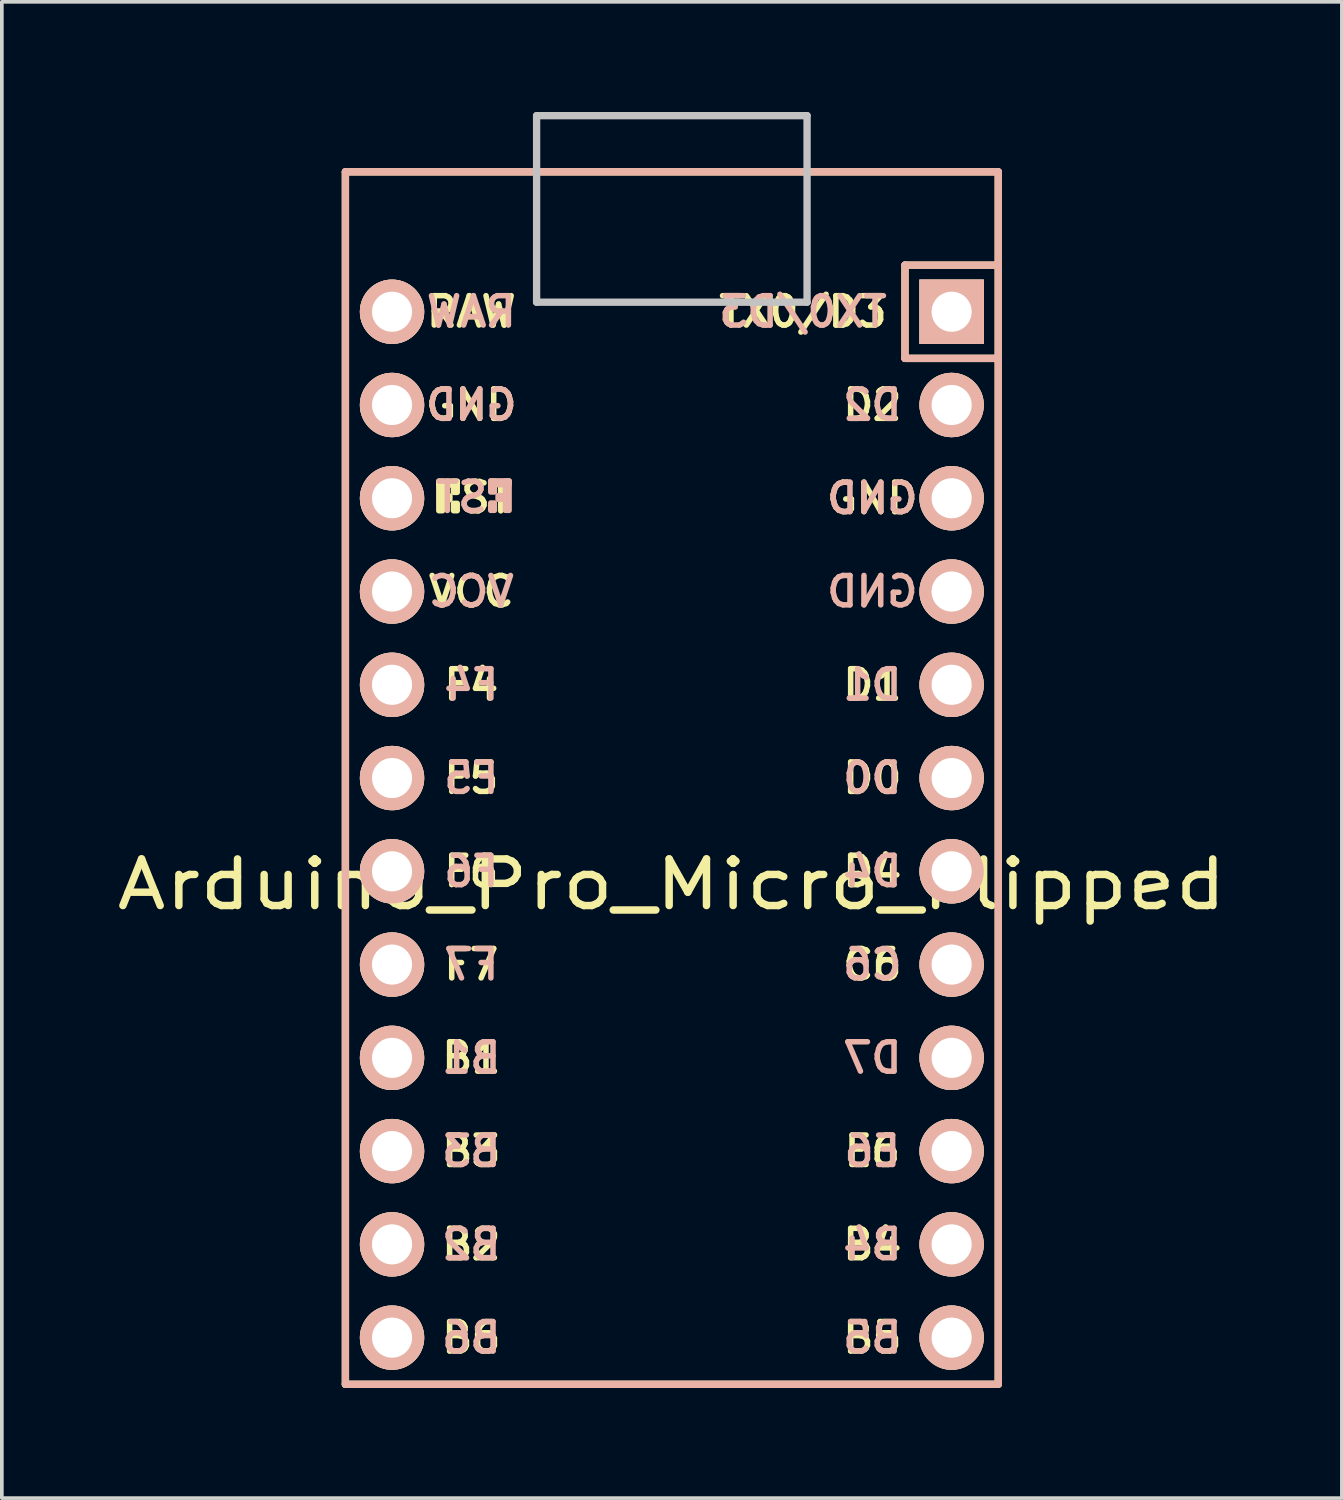
<source format=kicad_pcb>
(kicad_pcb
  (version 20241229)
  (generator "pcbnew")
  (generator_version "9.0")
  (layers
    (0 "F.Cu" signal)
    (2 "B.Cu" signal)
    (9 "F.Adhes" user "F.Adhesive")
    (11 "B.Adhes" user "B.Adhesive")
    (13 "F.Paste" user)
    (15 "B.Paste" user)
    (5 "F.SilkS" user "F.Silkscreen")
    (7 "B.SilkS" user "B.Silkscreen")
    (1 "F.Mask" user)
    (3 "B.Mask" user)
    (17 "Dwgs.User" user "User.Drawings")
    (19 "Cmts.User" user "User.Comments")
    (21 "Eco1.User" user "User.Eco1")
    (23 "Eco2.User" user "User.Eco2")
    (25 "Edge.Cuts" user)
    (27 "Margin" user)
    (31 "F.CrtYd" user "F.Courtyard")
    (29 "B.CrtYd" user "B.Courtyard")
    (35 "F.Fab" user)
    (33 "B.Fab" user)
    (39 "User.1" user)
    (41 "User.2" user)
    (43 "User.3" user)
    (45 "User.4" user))
  (footprint "Arduino_Pro_Micro_Flipped"
    (layer "F.Cu")
    (at 15.247 19.41)
    (property "Reference" "Arduino_Pro_Micro_Flipped" (at 0 1.625 0) (layer "F.SilkS") (effects (font (size 1.27 1.524) (thickness 0.203))))
    (attr through_hole)
    (fp_line (start -8.89 -17.78) (end 8.89 -17.78) (stroke (width 0.2) (type solid)) (layer "F.SilkS"))
    (fp_line (start -8.89 15.24) (end -8.89 -17.78) (stroke (width 0.2) (type solid)) (layer "F.SilkS"))
    (fp_line (start 6.35 -15.24) (end 6.35 -12.7) (stroke (width 0.2) (type solid)) (layer "F.SilkS"))
    (fp_line (start 6.35 -15.24) (end 8.89 -15.24) (stroke (width 0.2) (type solid)) (layer "F.SilkS"))
    (fp_line (start 6.35 -12.7) (end 8.89 -12.7) (stroke (width 0.2) (type solid)) (layer "F.SilkS"))
    (fp_line (start 8.89 -17.78) (end 8.89 15.24) (stroke (width 0.2) (type solid)) (layer "F.SilkS"))
    (fp_line (start 8.89 15.24) (end -8.89 15.24) (stroke (width 0.2) (type solid)) (layer "F.SilkS"))
    (fp_poly (pts (xy -6.245 -9.351) (xy -6.245 -8.551) (xy -6.345 -8.551) (xy -6.345 -9.351)) (stroke (width 0.15) (type solid)) (fill yes) (layer "F.SilkS"))
    (fp_poly (pts (xy -6.045 -8.951) (xy -6.045 -8.851) (xy -6.145 -8.851) (xy -6.145 -8.951)) (stroke (width 0.15) (type solid)) (fill yes) (layer "F.SilkS"))
    (fp_poly (pts (xy -5.845 -9.351) (xy -5.845 -9.251) (xy -6.345 -9.251) (xy -6.345 -9.351)) (stroke (width 0.15) (type solid)) (fill yes) (layer "F.SilkS"))
    (fp_poly (pts (xy -5.845 -9.351) (xy -5.845 -9.051) (xy -5.945 -9.051) (xy -5.945 -9.351)) (stroke (width 0.15) (type solid)) (fill yes) (layer "F.SilkS"))
    (fp_poly (pts (xy -5.845 -8.751) (xy -5.845 -8.551) (xy -5.945 -8.551) (xy -5.945 -8.751)) (stroke (width 0.15) (type solid)) (fill yes) (layer "F.SilkS"))
    (fp_line (start -8.89 -17.78) (end 8.89 -17.78) (stroke (width 0.2) (type solid)) (layer "B.SilkS"))
    (fp_line (start -8.89 15.24) (end -8.89 -17.78) (stroke (width 0.2) (type solid)) (layer "B.SilkS"))
    (fp_line (start 6.35 -15.24) (end 6.35 -12.7) (stroke (width 0.2) (type solid)) (layer "B.SilkS"))
    (fp_line (start 6.35 -15.24) (end 8.89 -15.24) (stroke (width 0.2) (type solid)) (layer "B.SilkS"))
    (fp_line (start 6.35 -12.7) (end 8.89 -12.7) (stroke (width 0.2) (type solid)) (layer "B.SilkS"))
    (fp_line (start 8.89 -17.78) (end 8.89 15.24) (stroke (width 0.2) (type solid)) (layer "B.SilkS"))
    (fp_line (start 8.89 15.24) (end -8.89 15.24) (stroke (width 0.2) (type solid)) (layer "B.SilkS"))
    (fp_poly (pts (xy -4.932 -9.361) (xy -4.932 -9.261) (xy -4.432 -9.261) (xy -4.432 -9.361)) (stroke (width 0.15) (type solid)) (fill yes) (layer "B.SilkS"))
    (fp_poly (pts (xy -4.932 -9.361) (xy -4.932 -9.061) (xy -4.832 -9.061) (xy -4.832 -9.361)) (stroke (width 0.15) (type solid)) (fill yes) (layer "B.SilkS"))
    (fp_poly (pts (xy -4.932 -8.761) (xy -4.932 -8.561) (xy -4.832 -8.561) (xy -4.832 -8.761)) (stroke (width 0.15) (type solid)) (fill yes) (layer "B.SilkS"))
    (fp_poly (pts (xy -4.732 -8.961) (xy -4.732 -8.861) (xy -4.632 -8.861) (xy -4.632 -8.961)) (stroke (width 0.15) (type solid)) (fill yes) (layer "B.SilkS"))
    (fp_poly (pts (xy -4.532 -9.361) (xy -4.532 -8.561) (xy -4.432 -8.561) (xy -4.432 -9.361)) (stroke (width 0.15) (type solid)) (fill yes) (layer "B.SilkS"))
    (fp_line (start -3.683 -19.31) (end -3.683 -14.23) (stroke (width 0.2) (type solid)) (layer "Dwgs.User"))
    (fp_line (start -3.683 -14.23) (end 3.683 -14.23) (stroke (width 0.2) (type solid)) (layer "Dwgs.User"))
    (fp_line (start 3.683 -19.31) (end -3.683 -19.31) (stroke (width 0.2) (type solid)) (layer "Dwgs.User"))
    (fp_line (start 3.683 -14.23) (end 3.683 -19.31) (stroke (width 0.2) (type solid)) (layer "Dwgs.User"))
    (fp_text user "F4" (at -5.461 -3.81 0) (layer "F.SilkS") (effects (font (size 0.8 0.8) (thickness 0.15))))
    (fp_text user "B2" (at -5.461 11.43 0) (layer "F.SilkS") (effects (font (size 0.8 0.8) (thickness 0.15))))
    (fp_text user "VCC" (at -5.461 -6.35 0) (layer "F.SilkS") (effects (font (size 0.8 0.8) (thickness 0.15))))
    (fp_text user "F6" (at -5.461 1.27 0) (layer "F.SilkS") (effects (font (size 0.8 0.8) (thickness 0.15))))
    (fp_text user "B4" (at 5.461 11.43 0) (layer "F.SilkS") (effects (font (size 0.8 0.8) (thickness 0.15))))
    (fp_text user "ST" (at -5.04 -8.91 0) (layer "F.SilkS") (effects (font (size 0.8 0.8) (thickness 0.15))))
    (fp_text user "E6" (at 5.461 8.89 0) (layer "F.SilkS") (effects (font (size 0.8 0.8) (thickness 0.15))))
    (fp_text user "TX0/D3" (at 3.572 -13.97 0) (layer "F.SilkS") (effects (font (size 0.8 0.8) (thickness 0.15))))
    (fp_text user "B1" (at -5.461 6.35 0) (layer "F.SilkS") (effects (font (size 0.8 0.8) (thickness 0.15))))
    (fp_text user "F5" (at -5.461 -1.27 0) (layer "F.SilkS") (effects (font (size 0.8 0.8) (thickness 0.15))))
    (fp_text user "D2" (at 5.461 -11.43 0) (layer "F.SilkS") (effects (font (size 0.8 0.8) (thickness 0.15))))
    (fp_text user "B5" (at 5.461 13.97 0) (layer "F.SilkS") (effects (font (size 0.8 0.8) (thickness 0.15))))
    (fp_text user "B3" (at -5.461 8.89 0) (layer "F.SilkS") (effects (font (size 0.8 0.8) (thickness 0.15))))
    (fp_text user "GND" (at 5.461 -8.89 0) (layer "F.SilkS") (effects (font (size 0.8 0.8) (thickness 0.15))))
    (fp_text user "D1" (at 5.461 -3.81 0) (layer "F.SilkS") (effects (font (size 0.8 0.8) (thickness 0.15))))
    (fp_text user "RAW" (at -5.461 -13.97 0) (layer "F.SilkS") (effects (font (size 0.8 0.8) (thickness 0.15))))
    (fp_text user "F7" (at -5.461 3.81 0) (layer "F.SilkS") (effects (font (size 0.8 0.8) (thickness 0.15))))
    (fp_text user "D4" (at 5.461 1.27 0) (layer "F.SilkS") (effects (font (size 0.8 0.8) (thickness 0.15))))
    (fp_text user "D0" (at 5.461 -1.27 0) (layer "F.SilkS") (effects (font (size 0.8 0.8) (thickness 0.15))))
    (fp_text user "B6" (at -5.461 13.97 0) (layer "F.SilkS") (effects (font (size 0.8 0.8) (thickness 0.15))))
    (fp_text user "C6" (at 5.461 3.81 0) (layer "F.SilkS") (effects (font (size 0.8 0.8) (thickness 0.15))))
    (fp_text user "GND" (at -5.461 -11.43 0) (layer "F.SilkS") (effects (font (size 0.8 0.8) (thickness 0.15))))
    (fp_text user "B2" (at -5.461 11.43 0) (layer "B.SilkS") (effects (font (size 0.8 0.8) (thickness 0.15)) (justify mirror)))
    (fp_text user "B5" (at 5.461 13.97 0) (layer "B.SilkS") (effects (font (size 0.8 0.8) (thickness 0.15)) (justify mirror)))
    (fp_text user "D0" (at 5.461 -1.27 0) (layer "B.SilkS") (effects (font (size 0.8 0.8) (thickness 0.15)) (justify mirror)))
    (fp_text user "E6" (at 5.461 8.89 0) (layer "B.SilkS") (effects (font (size 0.8 0.8) (thickness 0.15)) (justify mirror)))
    (fp_text user "D2" (at 5.461 -11.43 0) (layer "B.SilkS") (effects (font (size 0.8 0.8) (thickness 0.15)) (justify mirror)))
    (fp_text user "GND" (at -5.461 -11.43 0) (layer "B.SilkS") (effects (font (size 0.8 0.8) (thickness 0.15)) (justify mirror)))
    (fp_text user "F7" (at -5.461 3.81 0) (layer "B.SilkS") (effects (font (size 0.8 0.8) (thickness 0.15)) (justify mirror)))
    (fp_text user "VCC" (at -5.461 -6.35 0) (layer "B.SilkS") (effects (font (size 0.8 0.8) (thickness 0.15)) (justify mirror)))
    (fp_text user "B6" (at -5.461 13.97 0) (layer "B.SilkS") (effects (font (size 0.8 0.8) (thickness 0.15)) (justify mirror)))
    (fp_text user "GND" (at 5.461 -6.35 0) (layer "B.SilkS") (effects (font (size 0.8 0.8) (thickness 0.15)) (justify mirror)))
    (fp_text user "C6" (at 5.461 3.81 0) (layer "B.SilkS") (effects (font (size 0.8 0.8) (thickness 0.15)) (justify mirror)))
    (fp_text user "ST" (at -5.733 -8.92 0) (layer "B.SilkS") (effects (font (size 0.8 0.8) (thickness 0.15)) (justify mirror)))
    (fp_text user "D4" (at 5.461 1.27 0) (layer "B.SilkS") (effects (font (size 0.8 0.8) (thickness 0.15)) (justify mirror)))
    (fp_text user "F6" (at -5.461 1.27 0) (layer "B.SilkS") (effects (font (size 0.8 0.8) (thickness 0.15)) (justify mirror)))
    (fp_text user "B1" (at -5.461 6.35 0) (layer "B.SilkS") (effects (font (size 0.8 0.8) (thickness 0.15)) (justify mirror)))
    (fp_text user "B3" (at -5.461 8.89 0) (layer "B.SilkS") (effects (font (size 0.8 0.8) (thickness 0.15)) (justify mirror)))
    (fp_text user "RAW" (at -5.461 -13.97 0) (layer "B.SilkS") (effects (font (size 0.8 0.8) (thickness 0.15)) (justify mirror)))
    (fp_text user "D7" (at 5.461 6.35 0) (layer "B.SilkS") (effects (font (size 0.8 0.8) (thickness 0.15)) (justify mirror)))
    (fp_text user "TX0/D3" (at 3.572 -13.97 0) (layer "B.SilkS") (effects (font (size 0.8 0.8) (thickness 0.15)) (justify mirror)))
    (fp_text user "GND" (at 5.461 -8.89 0) (layer "B.SilkS") (effects (font (size 0.8 0.8) (thickness 0.15)) (justify mirror)))
    (fp_text user "D1" (at 5.461 -3.81 0) (layer "B.SilkS") (effects (font (size 0.8 0.8) (thickness 0.15)) (justify mirror)))
    (fp_text user "F4" (at -5.461 -3.81 0) (layer "B.SilkS") (effects (font (size 0.8 0.8) (thickness 0.15)) (justify mirror)))
    (fp_text user "F5" (at -5.461 -1.27 0) (layer "B.SilkS") (effects (font (size 0.8 0.8) (thickness 0.15)) (justify mirror)))
    (fp_text user "B4" (at 5.461 11.43 0) (layer "B.SilkS") (effects (font (size 0.8 0.8) (thickness 0.15)) (justify mirror)))
    (pad "1" thru_hole rect (at 7.62 -13.97 90) (size 1.753 1.753) (drill 1.092) (layers "*.Cu" "*.SilkS" "*.Mask"))
    (pad "2" thru_hole circle (at 7.62 -11.43 90) (size 1.753 1.753) (drill 1.092) (layers "*.Cu" "*.SilkS" "*.Mask"))
    (pad "3" thru_hole circle (at 7.62 -8.89 90) (size 1.753 1.753) (drill 1.092) (layers "*.Cu" "*.SilkS" "*.Mask"))
    (pad "4" thru_hole circle (at 7.62 -6.35 90) (size 1.753 1.753) (drill 1.092) (layers "*.Cu" "*.SilkS" "*.Mask"))
    (pad "5" thru_hole circle (at 7.62 -3.81 90) (size 1.753 1.753) (drill 1.092) (layers "*.Cu" "*.SilkS" "*.Mask"))
    (pad "6" thru_hole circle (at 7.62 -1.27 90) (size 1.753 1.753) (drill 1.092) (layers "*.Cu" "*.SilkS" "*.Mask"))
    (pad "7" thru_hole circle (at 7.62 1.27 90) (size 1.753 1.753) (drill 1.092) (layers "*.Cu" "*.SilkS" "*.Mask"))
    (pad "8" thru_hole circle (at 7.62 3.81 90) (size 1.753 1.753) (drill 1.092) (layers "*.Cu" "*.SilkS" "*.Mask"))
    (pad "9" thru_hole circle (at 7.62 6.35 90) (size 1.753 1.753) (drill 1.092) (layers "*.Cu" "*.SilkS" "*.Mask"))
    (pad "10" thru_hole circle (at 7.62 8.89 90) (size 1.753 1.753) (drill 1.092) (layers "*.Cu" "*.SilkS" "*.Mask"))
    (pad "11" thru_hole circle (at 7.62 11.43 90) (size 1.753 1.753) (drill 1.092) (layers "*.Cu" "*.SilkS" "*.Mask"))
    (pad "12" thru_hole circle (at 7.62 13.97 90) (size 1.753 1.753) (drill 1.092) (layers "*.Cu" "*.SilkS" "*.Mask"))
    (pad "13" thru_hole circle (at -7.62 13.97 90) (size 1.753 1.753) (drill 1.092) (layers "*.Cu" "*.SilkS" "*.Mask"))
    (pad "14" thru_hole circle (at -7.62 11.43 90) (size 1.753 1.753) (drill 1.092) (layers "*.Cu" "*.SilkS" "*.Mask"))
    (pad "15" thru_hole circle (at -7.62 8.89 90) (size 1.753 1.753) (drill 1.092) (layers "*.Cu" "*.SilkS" "*.Mask"))
    (pad "16" thru_hole circle (at -7.62 6.35 90) (size 1.753 1.753) (drill 1.092) (layers "*.Cu" "*.SilkS" "*.Mask"))
    (pad "17" thru_hole circle (at -7.62 3.81 90) (size 1.753 1.753) (drill 1.092) (layers "*.Cu" "*.SilkS" "*.Mask"))
    (pad "18" thru_hole circle (at -7.62 1.27 90) (size 1.753 1.753) (drill 1.092) (layers "*.Cu" "*.SilkS" "*.Mask"))
    (pad "19" thru_hole circle (at -7.62 -1.27 90) (size 1.753 1.753) (drill 1.092) (layers "*.Cu" "*.SilkS" "*.Mask"))
    (pad "20" thru_hole circle (at -7.62 -3.81 90) (size 1.753 1.753) (drill 1.092) (layers "*.Cu" "*.SilkS" "*.Mask"))
    (pad "21" thru_hole circle (at -7.62 -6.35 90) (size 1.753 1.753) (drill 1.092) (layers "*.Cu" "*.SilkS" "*.Mask"))
    (pad "22" thru_hole circle (at -7.62 -8.89 90) (size 1.753 1.753) (drill 1.092) (layers "*.Cu" "*.SilkS" "*.Mask"))
    (pad "23" thru_hole circle (at -7.62 -11.43 90) (size 1.753 1.753) (drill 1.092) (layers "*.Cu" "*.SilkS" "*.Mask"))
    (pad "24" thru_hole circle (at -7.62 -13.97 90) (size 1.753 1.753) (drill 1.092) (layers "*.Cu" "*.SilkS" "*.Mask")))
  (gr_rect
    (start -3 -3)
    (end 33.495 37.75)
    (stroke (width 0.1) (type default))
    (fill no)
    (layer "Edge.Cuts")))
</source>
